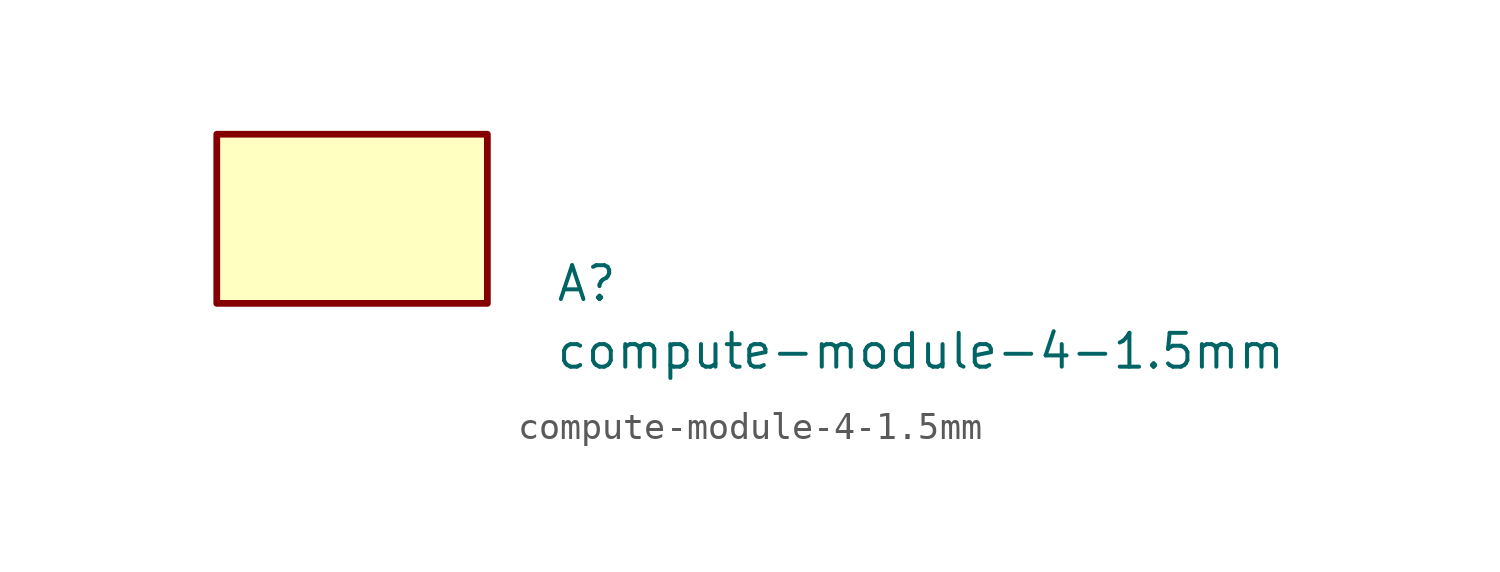
<source format=kicad_sym>
(kicad_symbol_lib
  (version 20211014)
  (generator kicad_symbol_editor)
  (symbol "compute-module-4-1.5mm"
    (property "Reference" "A"
      (at 12.7 0 0)
      (effects (font (size 1.27 1.27) (thickness 0.15)) (justify left bottom)))
    (property "Value" "compute-module-4-1.5mm"
      (at 12.7 -2.54 0)
      (effects (font (size 1.27 1.27) (thickness 0.15)) (justify left bottom)))
    (symbol "compute-module-4-1.5mm_1_1"
      (rectangle (start 10.16 0) (end 0 6.35) (stroke (width 0.254) (type default) (color 0 0 0 0)) (fill (type background))))))
</source>
